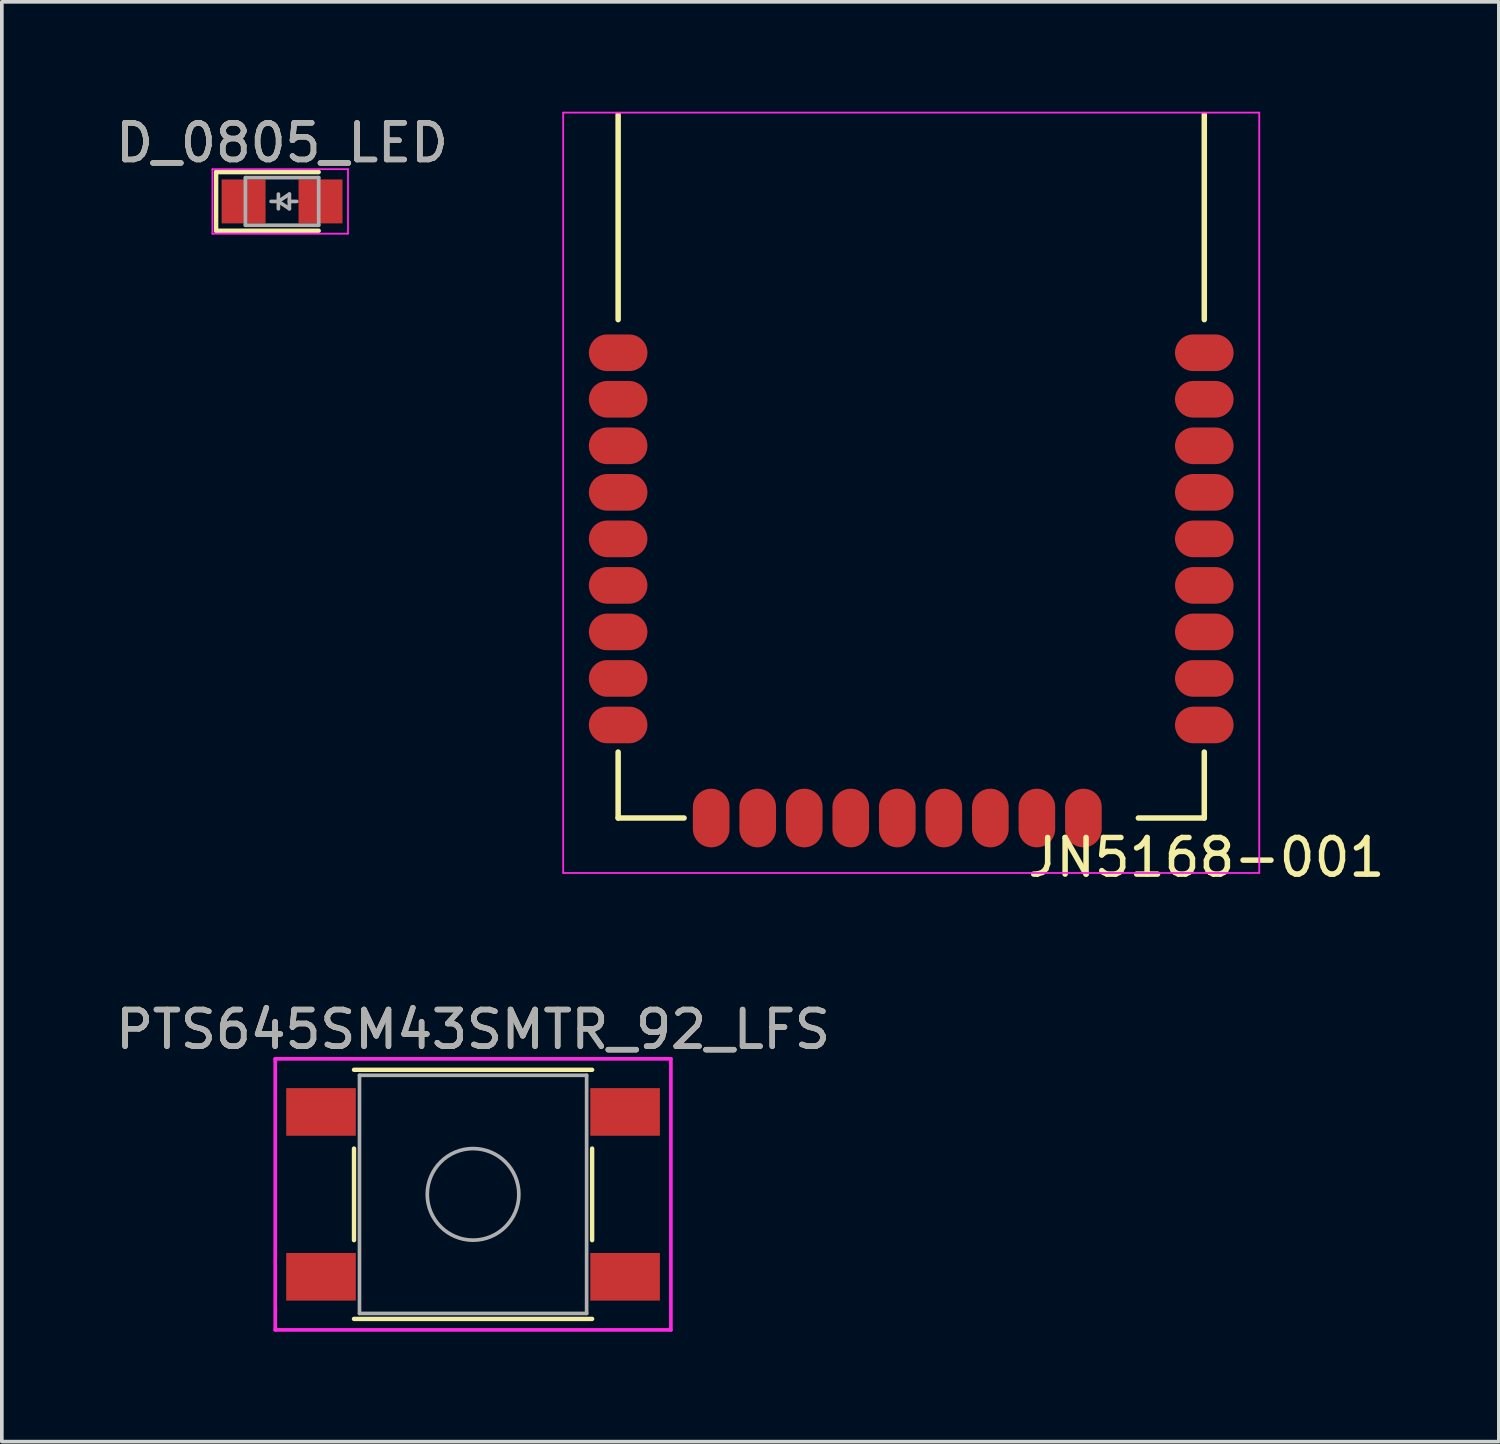
<source format=kicad_pcb>
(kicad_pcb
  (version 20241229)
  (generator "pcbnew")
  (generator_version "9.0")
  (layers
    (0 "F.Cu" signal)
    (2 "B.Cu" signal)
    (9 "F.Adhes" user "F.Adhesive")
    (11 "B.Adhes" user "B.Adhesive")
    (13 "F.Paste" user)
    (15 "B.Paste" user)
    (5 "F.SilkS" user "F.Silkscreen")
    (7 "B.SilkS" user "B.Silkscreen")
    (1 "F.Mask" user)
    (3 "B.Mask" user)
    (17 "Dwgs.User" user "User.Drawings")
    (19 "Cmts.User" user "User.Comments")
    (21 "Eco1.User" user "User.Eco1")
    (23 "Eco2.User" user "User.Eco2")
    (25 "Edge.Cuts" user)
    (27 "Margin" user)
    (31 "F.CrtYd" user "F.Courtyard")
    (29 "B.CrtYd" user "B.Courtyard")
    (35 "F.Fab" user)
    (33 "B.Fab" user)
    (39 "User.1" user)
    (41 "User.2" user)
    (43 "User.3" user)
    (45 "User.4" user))
  (footprint "D_0805_LED"
    (layer "F.Cu")
    (at 4.649 2.448)
    (property "Reference" "D_0805_LED" (at 0 -1.6 0) (layer "F.SilkS") (effects (font (size 1 1) (thickness 0.15))))
    (attr smd)
    (fp_line (start -1.8 -0.8) (end -1.8 0.8) (stroke (width 0.12) (type solid)) (layer "F.SilkS"))
    (fp_line (start -1.8 -0.8) (end 1 -0.8) (stroke (width 0.12) (type solid)) (layer "F.SilkS"))
    (fp_line (start -1.8 0.8) (end 1 0.8) (stroke (width 0.12) (type solid)) (layer "F.SilkS"))
    (fp_line (start -1.9 -0.88) (end 1.8 -0.88) (stroke (width 0.05) (type solid)) (layer "F.CrtYd"))
    (fp_line (start -1.9 0.88) (end -1.9 -0.88) (stroke (width 0.05) (type solid)) (layer "F.CrtYd"))
    (fp_line (start 1.8 -0.88) (end 1.8 0.88) (stroke (width 0.05) (type solid)) (layer "F.CrtYd"))
    (fp_line (start 1.8 0.88) (end -1.9 0.88) (stroke (width 0.05) (type solid)) (layer "F.CrtYd"))
    (fp_line (start -1 -0.65) (end 1 -0.65) (stroke (width 0.1) (type solid)) (layer "F.Fab"))
    (fp_line (start -1 0.65) (end -1 -0.65) (stroke (width 0.1) (type solid)) (layer "F.Fab"))
    (fp_line (start -0.1 -0.2) (end -0.1 0.2) (stroke (width 0.1) (type solid)) (layer "F.Fab"))
    (fp_line (start -0.1 0) (end -0.3 0) (stroke (width 0.1) (type solid)) (layer "F.Fab"))
    (fp_line (start -0.1 0) (end 0.2 0.2) (stroke (width 0.1) (type solid)) (layer "F.Fab"))
    (fp_line (start 0.2 -0.2) (end -0.1 0) (stroke (width 0.1) (type solid)) (layer "F.Fab"))
    (fp_line (start 0.2 0) (end 0.4 0) (stroke (width 0.1) (type solid)) (layer "F.Fab"))
    (fp_line (start 0.2 0.2) (end 0.2 -0.2) (stroke (width 0.1) (type solid)) (layer "F.Fab"))
    (fp_line (start 1 -0.65) (end 1 0.65) (stroke (width 0.1) (type solid)) (layer "F.Fab"))
    (fp_line (start 1 0.65) (end -1 0.65) (stroke (width 0.1) (type solid)) (layer "F.Fab"))
    (fp_text user "${REFERENCE}" (at 0 -1.6 0) (layer "F.Fab") (effects (font (size 1 1) (thickness 0.15))))
    (pad "1" smd rect (at -1.05 0) (size 1.2 1.2) (layers "F.Cu" "F.Mask" "F.Paste"))
    (pad "2" smd rect (at 1.05 0) (size 1.2 1.2) (layers "F.Cu" "F.Mask" "F.Paste")))
  (footprint "PTS645SM43SMTR_92_LFS"
    (layer "F.Cu")
    (at 9.863 29.552)
    (property "Reference" "PTS645SM43SMTR_92_LFS" (at 0 -4.5 0) (layer "F.SilkS") (effects (font (size 1 1) (thickness 0.15))))
    (attr smd)
    (fp_line (start -3.25 -1.25) (end -3.25 1.25) (stroke (width 0.12) (type solid)) (layer "F.SilkS"))
    (fp_line (start 3.25 -3.4) (end -3.25 -3.4) (stroke (width 0.12) (type solid)) (layer "F.SilkS"))
    (fp_line (start 3.25 -1.25) (end 3.25 1.25) (stroke (width 0.12) (type solid)) (layer "F.SilkS"))
    (fp_line (start 3.25 3.4) (end -3.25 3.4) (stroke (width 0.12) (type solid)) (layer "F.SilkS"))
    (fp_line (start -5.4 -3.7) (end -5.4 3.7) (stroke (width 0.1) (type solid)) (layer "F.CrtYd"))
    (fp_line (start 5.4 -3.7) (end -5.4 -3.7) (stroke (width 0.1) (type solid)) (layer "F.CrtYd"))
    (fp_line (start 5.4 3.7) (end -5.4 3.7) (stroke (width 0.1) (type solid)) (layer "F.CrtYd"))
    (fp_line (start 5.4 3.7) (end 5.4 -3.7) (stroke (width 0.1) (type solid)) (layer "F.CrtYd"))
    (fp_line (start -3.1 -3.25) (end 3.1 -3.25) (stroke (width 0.1) (type solid)) (layer "F.Fab"))
    (fp_line (start -3.1 3.25) (end -3.1 -3.25) (stroke (width 0.1) (type solid)) (layer "F.Fab"))
    (fp_line (start 3.1 -3.25) (end 3.1 3.25) (stroke (width 0.1) (type solid)) (layer "F.Fab"))
    (fp_line (start 3.1 3.25) (end -3.1 3.25) (stroke (width 0.1) (type solid)) (layer "F.Fab"))
    (fp_circle (center 0 0) (end 1.25 0) (stroke (width 0.1) (type solid)) (fill no) (layer "F.Fab"))
    (fp_text user "${REFERENCE}" (at 0 -4.5 0) (layer "F.Fab") (effects (font (size 1 1) (thickness 0.15))))
    (pad "1" smd rect (at -4.15 -2.25) (size 1.9 1.3) (layers "F.Cu" "F.Mask" "F.Paste"))
    (pad "1" smd rect (at 4.15 -2.25) (size 1.9 1.3) (layers "F.Cu" "F.Mask" "F.Paste"))
    (pad "2" smd rect (at -4.15 2.25) (size 1.9 1.3) (layers "F.Cu" "F.Mask" "F.Paste"))
    (pad "2" smd rect (at 4.15 2.25) (size 1.9 1.3) (layers "F.Cu" "F.Mask" "F.Paste")))
  (footprint "JN5168-001"
    (layer "F.Cu")
    (at 21.823 6.579)
    (property "Reference" "JN5168-001" (at 8.058 13.776 0) (layer "F.SilkS") (effects (font (size 1 1) (thickness 0.15))))
    (attr smd)
    (fp_line (start -8 -0.904) (end -8 -6.5) (stroke (width 0.15) (type solid)) (layer "F.SilkS"))
    (fp_line (start -8 12.7) (end -8 10.9) (stroke (width 0.15) (type solid)) (layer "F.SilkS"))
    (fp_line (start -6.2 12.7) (end -8 12.7) (stroke (width 0.15) (type solid)) (layer "F.SilkS"))
    (fp_line (start 6.2 12.7) (end 8 12.7) (stroke (width 0.15) (type solid)) (layer "F.SilkS"))
    (fp_line (start 8 -6.5) (end 8 -0.904) (stroke (width 0.15) (type solid)) (layer "F.SilkS"))
    (fp_line (start 8 12.7) (end 8 10.9) (stroke (width 0.15) (type solid)) (layer "F.SilkS"))
    (fp_line (start -9.5 -6.554) (end 9.5 -6.554) (stroke (width 0.05) (type solid)) (layer "F.CrtYd"))
    (fp_line (start -9.5 14.2) (end -9.5 -6.554) (stroke (width 0.05) (type solid)) (layer "F.CrtYd"))
    (fp_line (start 9.5 -6.554) (end 9.5 14.2) (stroke (width 0.05) (type solid)) (layer "F.CrtYd"))
    (fp_line (start 9.5 14.2) (end -9.5 14.2) (stroke (width 0.05) (type solid)) (layer "F.CrtYd"))
    (pad "1" smd oval (at -8 0) (size 1.6 1) (layers "F.Cu" "F.Mask" "F.Paste"))
    (pad "2" smd oval (at -8 1.27) (size 1.6 1) (layers "F.Cu" "F.Mask" "F.Paste"))
    (pad "3" smd oval (at -8 2.54) (size 1.6 1) (layers "F.Cu" "F.Mask" "F.Paste"))
    (pad "4" smd oval (at -8 3.81) (size 1.6 1) (layers "F.Cu" "F.Mask" "F.Paste"))
    (pad "5" smd oval (at -8 5.08) (size 1.6 1) (layers "F.Cu" "F.Mask" "F.Paste"))
    (pad "6" smd oval (at -8 6.35) (size 1.6 1) (layers "F.Cu" "F.Mask" "F.Paste"))
    (pad "7" smd oval (at -8 7.62) (size 1.6 1) (layers "F.Cu" "F.Mask" "F.Paste"))
    (pad "8" smd oval (at -8 8.89) (size 1.6 1) (layers "F.Cu" "F.Mask" "F.Paste"))
    (pad "9" smd oval (at -8 10.16) (size 1.6 1) (layers "F.Cu" "F.Mask" "F.Paste"))
    (pad "10" smd oval (at -5.46 12.7 90) (size 1.6 1) (layers "F.Cu" "F.Mask" "F.Paste"))
    (pad "11" smd oval (at -4.19 12.7 90) (size 1.6 1) (layers "F.Cu" "F.Mask" "F.Paste"))
    (pad "12" smd oval (at -2.92 12.7 90) (size 1.6 1) (layers "F.Cu" "F.Mask" "F.Paste"))
    (pad "13" smd oval (at -1.65 12.7 90) (size 1.6 1) (layers "F.Cu" "F.Mask" "F.Paste"))
    (pad "14" smd oval (at -0.38 12.7 90) (size 1.6 1) (layers "F.Cu" "F.Mask" "F.Paste"))
    (pad "15" smd oval (at 0.89 12.7 90) (size 1.6 1) (layers "F.Cu" "F.Mask" "F.Paste"))
    (pad "16" smd oval (at 2.16 12.7 90) (size 1.6 1) (layers "F.Cu" "F.Mask" "F.Paste"))
    (pad "17" smd oval (at 3.43 12.7 90) (size 1.6 1) (layers "F.Cu" "F.Mask" "F.Paste"))
    (pad "18" smd oval (at 4.7 12.7 90) (size 1.6 1) (layers "F.Cu" "F.Mask" "F.Paste"))
    (pad "19" smd oval (at 8 10.16) (size 1.6 1) (layers "F.Cu" "F.Mask" "F.Paste"))
    (pad "20" smd oval (at 8 8.89) (size 1.6 1) (layers "F.Cu" "F.Mask" "F.Paste"))
    (pad "21" smd oval (at 8 7.62) (size 1.6 1) (layers "F.Cu" "F.Mask" "F.Paste"))
    (pad "22" smd oval (at 8 6.35) (size 1.6 1) (layers "F.Cu" "F.Mask" "F.Paste"))
    (pad "23" smd oval (at 8 5.08) (size 1.6 1) (layers "F.Cu" "F.Mask" "F.Paste"))
    (pad "24" smd oval (at 8 3.81) (size 1.6 1) (layers "F.Cu" "F.Mask" "F.Paste"))
    (pad "25" smd oval (at 8 2.54) (size 1.6 1) (layers "F.Cu" "F.Mask" "F.Paste"))
    (pad "26" smd oval (at 8 1.27) (size 1.6 1) (layers "F.Cu" "F.Mask" "F.Paste"))
    (pad "27" smd oval (at 8 0) (size 1.6 1) (layers "F.Cu" "F.Mask" "F.Paste")))
  (gr_rect
    (start -3 -3)
    (end 37.863 36.301)
    (stroke (width 0.1) (type default))
    (fill no)
    (layer "Edge.Cuts")))
</source>
